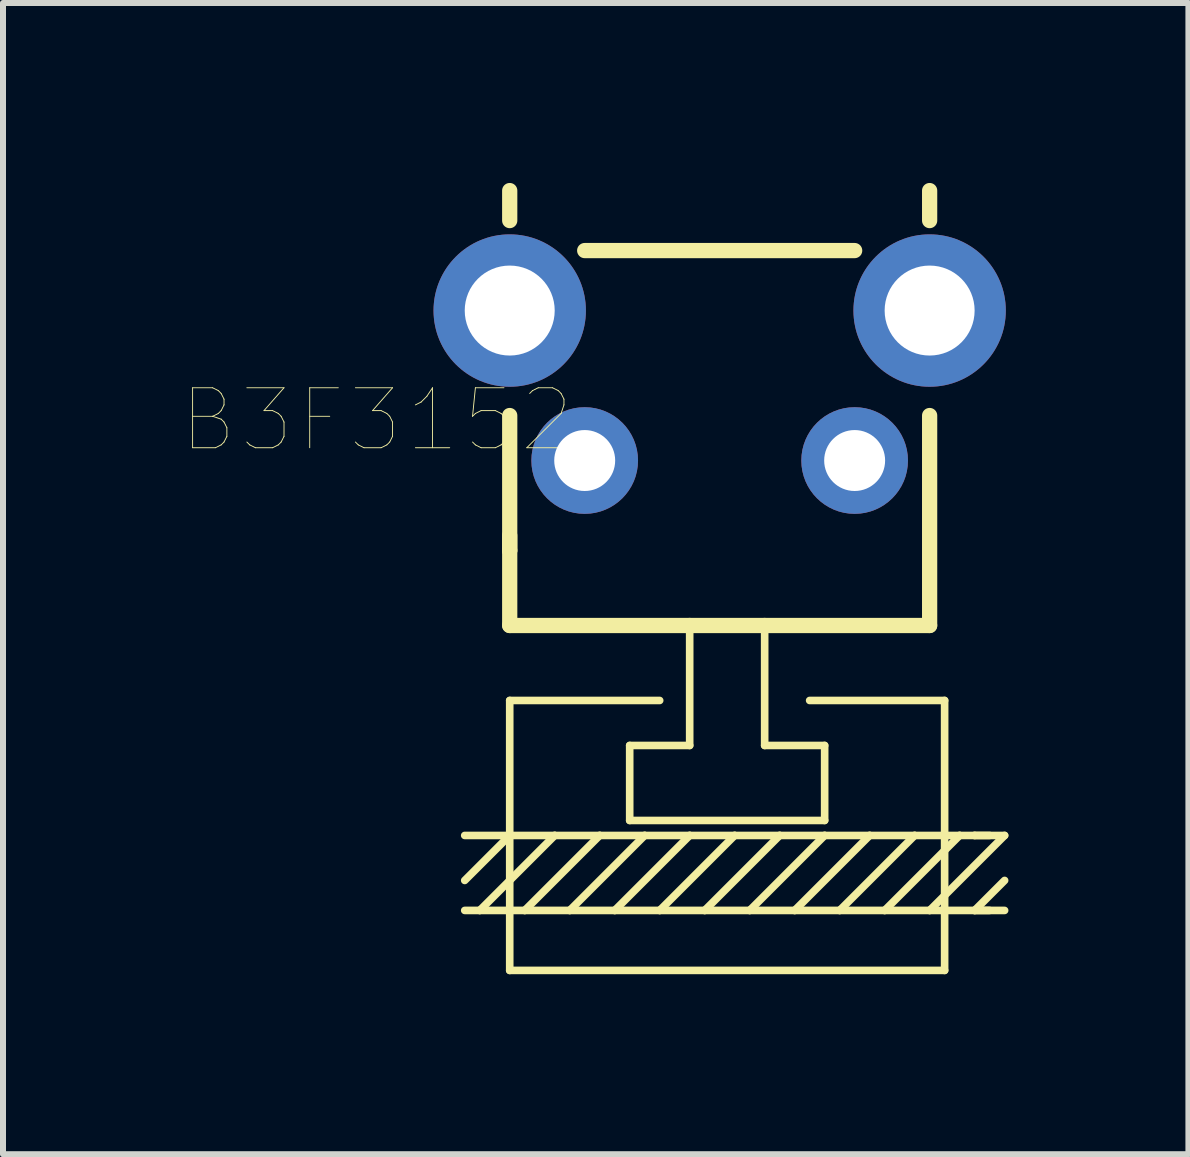
<source format=kicad_pcb>
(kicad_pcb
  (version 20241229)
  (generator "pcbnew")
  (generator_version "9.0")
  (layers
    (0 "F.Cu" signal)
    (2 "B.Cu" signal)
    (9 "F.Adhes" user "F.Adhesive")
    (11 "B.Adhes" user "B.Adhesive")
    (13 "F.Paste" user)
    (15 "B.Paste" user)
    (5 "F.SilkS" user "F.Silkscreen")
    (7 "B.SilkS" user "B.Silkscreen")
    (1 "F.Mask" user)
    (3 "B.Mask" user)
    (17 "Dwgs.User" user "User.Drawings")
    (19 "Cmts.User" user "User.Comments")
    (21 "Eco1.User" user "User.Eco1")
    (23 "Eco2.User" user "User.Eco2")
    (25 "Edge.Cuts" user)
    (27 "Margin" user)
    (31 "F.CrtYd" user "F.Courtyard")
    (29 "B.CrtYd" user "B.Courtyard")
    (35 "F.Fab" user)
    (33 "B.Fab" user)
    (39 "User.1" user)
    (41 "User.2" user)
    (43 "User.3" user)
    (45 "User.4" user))
  (footprint "B3F3152"
    (layer "F.Cu")
    (at 5.447 2.127)
    (property "Reference" "B3F3152" (at -2.215 1.825 180) (layer "F.SilkS") (effects (font (size 1 1) (thickness 0.015))))
    (attr through_hole)
    (fp_line (start -0.75 8.75) (end 0 8.75) (stroke (width 0.127) (type solid)) (layer "F.SilkS"))
    (fp_line (start -0.75 10) (end -0.5 10) (stroke (width 0.127) (type solid)) (layer "F.SilkS"))
    (fp_line (start -0.5 10) (end 0.25 10) (stroke (width 0.127) (type solid)) (layer "F.SilkS"))
    (fp_line (start -0.5 10) (end 0.75 8.75) (stroke (width 0.127) (type solid)) (layer "F.SilkS"))
    (fp_line (start 0 -2) (end 0 -1.5) (stroke (width 0.254) (type solid)) (layer "F.SilkS"))
    (fp_line (start 0 1.75) (end 0 4) (stroke (width 0.254) (type solid)) (layer "F.SilkS"))
    (fp_line (start 0 3.75) (end 0 4) (stroke (width 0.254) (type solid)) (layer "F.SilkS"))
    (fp_line (start 0 4) (end 0 5.25) (stroke (width 0.254) (type solid)) (layer "F.SilkS"))
    (fp_line (start 0 5.25) (end 3 5.25) (stroke (width 0.254) (type solid)) (layer "F.SilkS"))
    (fp_line (start 0 6.5) (end 2.5 6.5) (stroke (width 0.127) (type solid)) (layer "F.SilkS"))
    (fp_line (start 0 8.75) (end -0.75 9.5) (stroke (width 0.127) (type solid)) (layer "F.SilkS"))
    (fp_line (start 0 8.75) (end 0 6.5) (stroke (width 0.127) (type solid)) (layer "F.SilkS"))
    (fp_line (start 0 8.75) (end 0.75 8.75) (stroke (width 0.127) (type solid)) (layer "F.SilkS"))
    (fp_line (start 0 11) (end 0 8.75) (stroke (width 0.127) (type solid)) (layer "F.SilkS"))
    (fp_line (start 0 11) (end 7.25 11) (stroke (width 0.127) (type solid)) (layer "F.SilkS"))
    (fp_line (start 0.25 10) (end 1 10) (stroke (width 0.127) (type solid)) (layer "F.SilkS"))
    (fp_line (start 0.25 10) (end 1.5 8.75) (stroke (width 0.127) (type solid)) (layer "F.SilkS"))
    (fp_line (start 0.75 8.75) (end 1.5 8.75) (stroke (width 0.127) (type solid)) (layer "F.SilkS"))
    (fp_line (start 1 10) (end 1.75 10) (stroke (width 0.127) (type solid)) (layer "F.SilkS"))
    (fp_line (start 1 10) (end 2.25 8.75) (stroke (width 0.127) (type solid)) (layer "F.SilkS"))
    (fp_line (start 1.25 -1) (end 5.75 -1) (stroke (width 0.254) (type solid)) (layer "F.SilkS"))
    (fp_line (start 1.5 8.75) (end 2.25 8.75) (stroke (width 0.127) (type solid)) (layer "F.SilkS"))
    (fp_line (start 1.75 10) (end 2.5 10) (stroke (width 0.127) (type solid)) (layer "F.SilkS"))
    (fp_line (start 1.75 10) (end 3 8.75) (stroke (width 0.127) (type solid)) (layer "F.SilkS"))
    (fp_line (start 2 7.25) (end 2 8.5) (stroke (width 0.127) (type solid)) (layer "F.SilkS"))
    (fp_line (start 2 8.5) (end 5.25 8.5) (stroke (width 0.127) (type solid)) (layer "F.SilkS"))
    (fp_line (start 2.25 8.75) (end 3 8.75) (stroke (width 0.127) (type solid)) (layer "F.SilkS"))
    (fp_line (start 2.5 10) (end 3.25 10) (stroke (width 0.127) (type solid)) (layer "F.SilkS"))
    (fp_line (start 2.5 10) (end 3.75 8.75) (stroke (width 0.127) (type solid)) (layer "F.SilkS"))
    (fp_line (start 3 5.25) (end 3 7.25) (stroke (width 0.127) (type solid)) (layer "F.SilkS"))
    (fp_line (start 3 5.25) (end 4.25 5.25) (stroke (width 0.254) (type solid)) (layer "F.SilkS"))
    (fp_line (start 3 7.25) (end 2 7.25) (stroke (width 0.127) (type solid)) (layer "F.SilkS"))
    (fp_line (start 3 8.75) (end 3.75 8.75) (stroke (width 0.127) (type solid)) (layer "F.SilkS"))
    (fp_line (start 3.25 10) (end 4 10) (stroke (width 0.127) (type solid)) (layer "F.SilkS"))
    (fp_line (start 3.25 10) (end 4.5 8.75) (stroke (width 0.127) (type solid)) (layer "F.SilkS"))
    (fp_line (start 3.75 8.75) (end 4.5 8.75) (stroke (width 0.127) (type solid)) (layer "F.SilkS"))
    (fp_line (start 4 10) (end 4.75 10) (stroke (width 0.127) (type solid)) (layer "F.SilkS"))
    (fp_line (start 4 10) (end 5.25 8.75) (stroke (width 0.127) (type solid)) (layer "F.SilkS"))
    (fp_line (start 4.25 5.25) (end 4.25 7.25) (stroke (width 0.127) (type solid)) (layer "F.SilkS"))
    (fp_line (start 4.25 5.25) (end 7 5.25) (stroke (width 0.254) (type solid)) (layer "F.SilkS"))
    (fp_line (start 4.5 8.75) (end 5.25 8.75) (stroke (width 0.127) (type solid)) (layer "F.SilkS"))
    (fp_line (start 4.75 10) (end 5.5 10) (stroke (width 0.127) (type solid)) (layer "F.SilkS"))
    (fp_line (start 4.75 10) (end 6 8.75) (stroke (width 0.127) (type solid)) (layer "F.SilkS"))
    (fp_line (start 5.25 7.25) (end 4.25 7.25) (stroke (width 0.127) (type solid)) (layer "F.SilkS"))
    (fp_line (start 5.25 8.5) (end 5.25 7.25) (stroke (width 0.127) (type solid)) (layer "F.SilkS"))
    (fp_line (start 5.25 8.75) (end 6 8.75) (stroke (width 0.127) (type solid)) (layer "F.SilkS"))
    (fp_line (start 5.5 10) (end 6.25 10) (stroke (width 0.127) (type solid)) (layer "F.SilkS"))
    (fp_line (start 5.5 10) (end 6.75 8.75) (stroke (width 0.127) (type solid)) (layer "F.SilkS"))
    (fp_line (start 6 8.75) (end 6.75 8.75) (stroke (width 0.127) (type solid)) (layer "F.SilkS"))
    (fp_line (start 6.25 10) (end 7 10) (stroke (width 0.127) (type solid)) (layer "F.SilkS"))
    (fp_line (start 6.25 10) (end 7.5 8.75) (stroke (width 0.127) (type solid)) (layer "F.SilkS"))
    (fp_line (start 6.75 8.75) (end 7.5 8.75) (stroke (width 0.127) (type solid)) (layer "F.SilkS"))
    (fp_line (start 7 -2) (end 7 -1.5) (stroke (width 0.254) (type solid)) (layer "F.SilkS"))
    (fp_line (start 7 1.75) (end 7 5.25) (stroke (width 0.254) (type solid)) (layer "F.SilkS"))
    (fp_line (start 7 10) (end 7.25 10) (stroke (width 0.127) (type solid)) (layer "F.SilkS"))
    (fp_line (start 7 10) (end 8.25 8.75) (stroke (width 0.127) (type solid)) (layer "F.SilkS"))
    (fp_line (start 7.25 6.5) (end 5 6.5) (stroke (width 0.127) (type solid)) (layer "F.SilkS"))
    (fp_line (start 7.25 10) (end 7.25 6.5) (stroke (width 0.127) (type solid)) (layer "F.SilkS"))
    (fp_line (start 7.25 10) (end 7.75 10) (stroke (width 0.127) (type solid)) (layer "F.SilkS"))
    (fp_line (start 7.25 11) (end 7.25 10) (stroke (width 0.127) (type solid)) (layer "F.SilkS"))
    (fp_line (start 7.5 8.75) (end 7.75 8.75) (stroke (width 0.127) (type solid)) (layer "F.SilkS"))
    (fp_line (start 7.75 8.75) (end 8 8.75) (stroke (width 0.127) (type solid)) (layer "F.SilkS"))
    (fp_line (start 7.75 8.75) (end 8.25 8.75) (stroke (width 0.127) (type solid)) (layer "F.SilkS"))
    (fp_line (start 7.75 10) (end 8 10) (stroke (width 0.127) (type solid)) (layer "F.SilkS"))
    (fp_line (start 7.75 10) (end 8.25 9.5) (stroke (width 0.127) (type solid)) (layer "F.SilkS"))
    (fp_line (start 7.75 10) (end 8.25 10) (stroke (width 0.127) (type solid)) (layer "F.SilkS"))
    (pad "1" thru_hole circle (at 1.25 2.5) (size 1.778 1.778) (drill 1.016) (layers "*.Cu" "*.Mask"))
    (pad "2" thru_hole circle (at 5.75 2.5) (size 1.778 1.778) (drill 1.016) (layers "*.Cu" "*.Mask"))
    (pad "GND@1" thru_hole circle (at 0 0) (size 2.54 2.54) (drill 1.5) (layers "*.Cu" "*.Mask"))
    (pad "GND@2" thru_hole circle (at 7 0) (size 2.54 2.54) (drill 1.5) (layers "*.Cu" "*.Mask")))
  (gr_rect
    (start -3 -3)
    (end 16.761 16.191)
    (stroke (width 0.1) (type default))
    (fill no)
    (layer "Edge.Cuts")))
</source>
